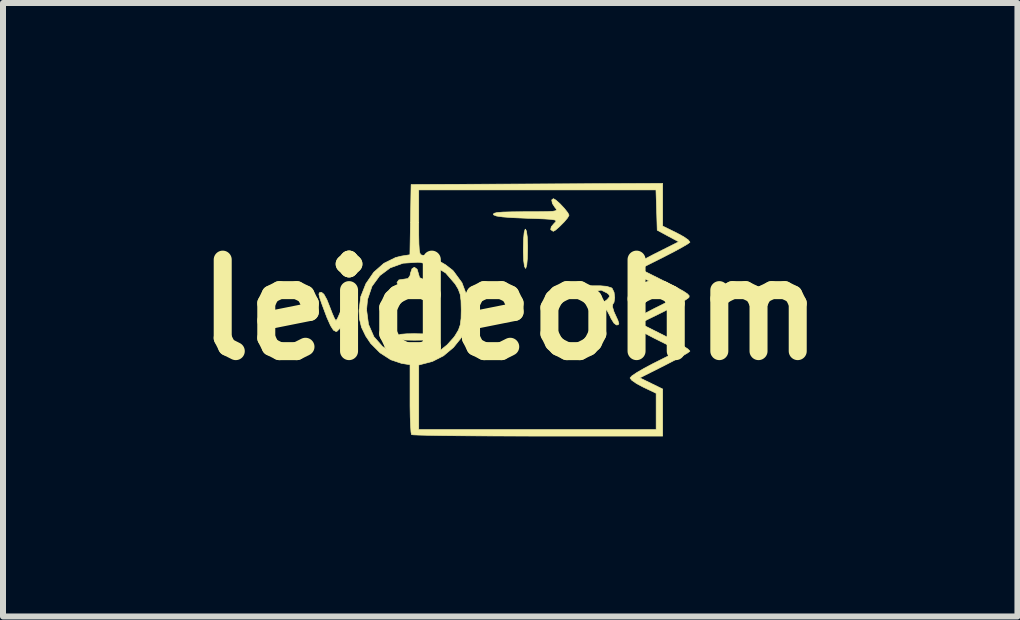
<source format=kicad_pcb>
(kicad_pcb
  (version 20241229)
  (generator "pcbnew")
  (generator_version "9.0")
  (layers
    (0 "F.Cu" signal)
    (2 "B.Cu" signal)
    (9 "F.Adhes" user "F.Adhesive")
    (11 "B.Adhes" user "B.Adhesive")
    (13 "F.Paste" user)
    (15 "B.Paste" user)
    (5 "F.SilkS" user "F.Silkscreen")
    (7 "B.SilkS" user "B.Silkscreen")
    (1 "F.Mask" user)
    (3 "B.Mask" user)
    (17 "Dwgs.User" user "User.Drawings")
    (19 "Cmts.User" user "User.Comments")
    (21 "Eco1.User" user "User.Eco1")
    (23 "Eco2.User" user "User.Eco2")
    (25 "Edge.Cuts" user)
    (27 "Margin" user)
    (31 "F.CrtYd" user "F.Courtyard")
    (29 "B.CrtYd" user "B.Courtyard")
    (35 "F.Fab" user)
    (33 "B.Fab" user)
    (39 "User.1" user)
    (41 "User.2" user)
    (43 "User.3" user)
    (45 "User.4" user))
  (footprint "leideohm"
    (layer "F.Cu")
    (at 5.45 2.11)
    (property "Reference" "leideohm" (at 0 0 0) (layer "F.SilkS") (effects (font (size 1.524 1.524) (thickness 0.3))))
    (attr through_hole)
    (fp_poly (pts (xy -1.448 0.402) (xy -1.358 0.411) (xy -1.316 0.429) (xy -1.306 0.454) (xy -1.32 0.481) (xy -1.37 0.498) (xy -1.468 0.506) (xy -1.597 0.508) (xy -1.746 0.505) (xy -1.835 0.496) (xy -1.878 0.478) (xy -1.887 0.454) (xy -1.873 0.426) (xy -1.824 0.409) (xy -1.725 0.401) (xy -1.597 0.399) (xy -1.448 0.402)) (stroke (width 0.01) (type solid)) (fill yes) (layer "F.SilkS"))
    (fp_poly (pts (xy 0.271 -1.308) (xy 0.284 -1.213) (xy 0.29 -1.07) (xy 0.29 -1.016) (xy 0.286 -0.86) (xy 0.276 -0.748) (xy 0.26 -0.693) (xy 0.254 -0.689) (xy 0.237 -0.724) (xy 0.224 -0.819) (xy 0.218 -0.962) (xy 0.218 -1.016) (xy 0.222 -1.172) (xy 0.232 -1.284) (xy 0.248 -1.339) (xy 0.254 -1.343) (xy 0.271 -1.308)) (stroke (width 0.01) (type solid)) (fill yes) (layer "F.SilkS"))
    (fp_poly (pts (xy -1.551 -0.675) (xy -1.531 -0.608) (xy -1.51 -0.535) (xy -1.454 -0.51) (xy -1.413 -0.508) (xy -1.328 -0.491) (xy -1.306 -0.454) (xy -1.339 -0.41) (xy -1.413 -0.399) (xy -1.492 -0.387) (xy -1.525 -0.338) (xy -1.531 -0.302) (xy -1.557 -0.219) (xy -1.603 -0.187) (xy -1.644 -0.205) (xy -1.664 -0.257) (xy -1.669 -0.314) (xy -1.682 -0.375) (xy -1.736 -0.397) (xy -1.778 -0.399) (xy -1.864 -0.415) (xy -1.887 -0.454) (xy -1.855 -0.497) (xy -1.78 -0.508) (xy -1.702 -0.52) (xy -1.669 -0.569) (xy -1.662 -0.608) (xy -1.636 -0.684) (xy -1.597 -0.708) (xy -1.551 -0.675)) (stroke (width 0.01) (type solid)) (fill yes) (layer "F.SilkS"))
    (fp_poly (pts (xy -2.633 -0.288) (xy -2.619 -0.271) (xy -2.623 -0.229) (xy -2.648 -0.149) (xy -2.696 -0.018) (xy -2.726 0.062) (xy -2.791 0.221) (xy -2.843 0.317) (xy -2.887 0.36) (xy -2.903 0.363) (xy -2.945 0.34) (xy -2.993 0.265) (xy -3.053 0.131) (xy -3.079 0.062) (xy -3.138 -0.096) (xy -3.173 -0.197) (xy -3.187 -0.256) (xy -3.181 -0.282) (xy -3.158 -0.29) (xy -3.143 -0.29) (xy -3.104 -0.258) (xy -3.055 -0.17) (xy -3.009 -0.054) (xy -2.964 0.063) (xy -2.927 0.147) (xy -2.903 0.181) (xy -2.903 0.181) (xy -2.88 0.15) (xy -2.843 0.067) (xy -2.799 -0.049) (xy -2.797 -0.054) (xy -2.745 -0.18) (xy -2.697 -0.263) (xy -2.663 -0.29) (xy -2.633 -0.288)) (stroke (width 0.01) (type solid)) (fill yes) (layer "F.SilkS"))
    (fp_poly (pts (xy 0.763 -1.825) (xy 0.831 -1.764) (xy 0.903 -1.687) (xy 0.959 -1.616) (xy 0.98 -1.575) (xy 0.956 -1.531) (xy 0.897 -1.461) (xy 0.823 -1.387) (xy 0.756 -1.328) (xy 0.717 -1.306) (xy 0.678 -1.332) (xy 0.674 -1.338) (xy 0.684 -1.382) (xy 0.731 -1.438) (xy 0.757 -1.464) (xy 0.764 -1.483) (xy 0.74 -1.496) (xy 0.677 -1.506) (xy 0.565 -1.513) (xy 0.396 -1.52) (xy 0.27 -1.524) (xy 0.039 -1.534) (xy -0.125 -1.546) (xy -0.228 -1.561) (xy -0.276 -1.58) (xy -0.281 -1.587) (xy -0.271 -1.606) (xy -0.22 -1.619) (xy -0.121 -1.627) (xy 0.035 -1.631) (xy 0.255 -1.633) (xy 0.257 -1.633) (xy 0.467 -1.633) (xy 0.614 -1.635) (xy 0.708 -1.64) (xy 0.757 -1.649) (xy 0.772 -1.664) (xy 0.762 -1.685) (xy 0.749 -1.699) (xy 0.702 -1.771) (xy 0.691 -1.829) (xy 0.719 -1.851) (xy 0.763 -1.825)) (stroke (width 0.01) (type solid)) (fill yes) (layer "F.SilkS"))
    (fp_poly (pts (xy 1.606 -0.39) (xy 1.684 -0.366) (xy 1.698 -0.356) (xy 1.73 -0.29) (xy 1.741 -0.201) (xy 1.729 -0.122) (xy 1.709 -0.093) (xy 1.703 -0.051) (xy 1.727 0.03) (xy 1.745 0.071) (xy 1.793 0.175) (xy 1.81 0.23) (xy 1.798 0.251) (xy 1.769 0.254) (xy 1.728 0.223) (xy 1.68 0.146) (xy 1.663 0.108) (xy 1.613 0.013) (xy 1.559 -0.029) (xy 1.509 -0.036) (xy 1.448 -0.029) (xy 1.422 0.007) (xy 1.415 0.093) (xy 1.415 0.109) (xy 1.407 0.2) (xy 1.387 0.25) (xy 1.379 0.254) (xy 1.361 0.22) (xy 1.349 0.125) (xy 1.343 -0.019) (xy 1.343 -0.073) (xy 1.343 -0.218) (xy 1.415 -0.218) (xy 1.427 -0.138) (xy 1.47 -0.11) (xy 1.485 -0.109) (xy 1.566 -0.133) (xy 1.616 -0.17) (xy 1.657 -0.22) (xy 1.642 -0.255) (xy 1.612 -0.279) (xy 1.515 -0.327) (xy 1.447 -0.313) (xy 1.416 -0.241) (xy 1.415 -0.218) (xy 1.343 -0.218) (xy 1.343 -0.399) (xy 1.499 -0.399) (xy 1.606 -0.39)) (stroke (width 0.01) (type solid)) (fill yes) (layer "F.SilkS"))
    (fp_poly (pts (xy 2.54 -1.394) (xy 2.778 -1.277) (xy 2.89 -1.216) (xy 2.967 -1.162) (xy 2.994 -1.126) (xy 2.993 -1.123) (xy 2.953 -1.094) (xy 2.861 -1.04) (xy 2.731 -0.969) (xy 2.576 -0.889) (xy 2.565 -0.883) (xy 2.16 -0.68) (xy 2.591 -0.464) (xy 2.766 -0.375) (xy 2.884 -0.31) (xy 2.953 -0.264) (xy 2.982 -0.232) (xy 2.978 -0.206) (xy 2.971 -0.199) (xy 2.92 -0.163) (xy 2.818 -0.105) (xy 2.681 -0.033) (xy 2.54 0.039) (xy 2.159 0.226) (xy 2.587 0.441) (xy 2.745 0.523) (xy 2.872 0.596) (xy 2.959 0.654) (xy 2.993 0.688) (xy 2.992 0.692) (xy 2.953 0.721) (xy 2.861 0.775) (xy 2.731 0.845) (xy 2.576 0.925) (xy 2.564 0.931) (xy 2.159 1.135) (xy 2.54 1.321) (xy 2.54 2.105) (xy 0.46 2.105) (xy 0.078 2.104) (xy -0.282 2.103) (xy -0.614 2.101) (xy -0.911 2.099) (xy -1.166 2.096) (xy -1.374 2.092) (xy -1.527 2.088) (xy -1.619 2.084) (xy -1.645 2.08) (xy -1.653 2.038) (xy -1.66 1.935) (xy -1.666 1.786) (xy -1.669 1.603) (xy -1.669 1.486) (xy -1.669 0.916) (xy -1.81 0.894) (xy -1.991 0.833) (xy -2.17 0.717) (xy -2.325 0.561) (xy -2.407 0.439) (xy -2.478 0.292) (xy -2.511 0.155) (xy -2.519 0.019) (xy -2.517 0) (xy -2.393 0) (xy -2.361 0.243) (xy -2.271 0.45) (xy -2.127 0.613) (xy -1.939 0.726) (xy -1.711 0.784) (xy -1.556 0.789) (xy -1.397 0.774) (xy -1.278 0.74) (xy -1.167 0.679) (xy -1.05 0.584) (xy -0.943 0.465) (xy -0.917 0.429) (xy -0.863 0.339) (xy -0.833 0.253) (xy -0.819 0.145) (xy -0.816 0) (xy -0.82 -0.152) (xy -0.834 -0.258) (xy -0.866 -0.344) (xy -0.917 -0.429) (xy -1.075 -0.612) (xy -1.268 -0.731) (xy -1.497 -0.788) (xy -1.539 -0.791) (xy -1.785 -0.775) (xy -1.999 -0.698) (xy -2.174 -0.567) (xy -2.303 -0.39) (xy -2.377 -0.172) (xy -2.393 0) (xy -2.517 0) (xy -2.491 -0.215) (xy -2.405 -0.433) (xy -2.274 -0.624) (xy -2.105 -0.773) (xy -1.909 -0.87) (xy -1.811 -0.894) (xy -1.671 -0.916) (xy -1.661 -1.501) (xy -1.653 -1.996) (xy -1.524 -1.996) (xy -1.524 -1.451) (xy -1.524 -1.242) (xy -1.521 -1.095) (xy -1.515 -0.999) (xy -1.505 -0.942) (xy -1.488 -0.916) (xy -1.464 -0.908) (xy -1.451 -0.907) (xy -1.346 -0.885) (xy -1.213 -0.828) (xy -1.076 -0.748) (xy -0.962 -0.66) (xy -0.946 -0.644) (xy -0.804 -0.45) (xy -0.718 -0.22) (xy -0.692 0.029) (xy -0.728 0.281) (xy -0.728 0.282) (xy -0.81 0.46) (xy -0.945 0.628) (xy -1.112 0.768) (xy -1.293 0.86) (xy -1.335 0.872) (xy -1.524 0.921) (xy -1.524 1.996) (xy 2.431 1.996) (xy 2.431 1.392) (xy 2.213 1.288) (xy 2.103 1.229) (xy 2.024 1.174) (xy 1.996 1.137) (xy 2.026 1.103) (xy 2.11 1.046) (xy 2.235 0.974) (xy 2.387 0.893) (xy 2.404 0.885) (xy 2.812 0.68) (xy 2.404 0.477) (xy 2.249 0.396) (xy 2.121 0.323) (xy 2.033 0.265) (xy 1.996 0.23) (xy 1.996 0.228) (xy 2.026 0.195) (xy 2.11 0.139) (xy 2.234 0.066) (xy 2.387 -0.014) (xy 2.401 -0.021) (xy 2.806 -0.224) (xy 2.627 -0.321) (xy 2.493 -0.39) (xy 2.334 -0.469) (xy 2.222 -0.524) (xy 2.109 -0.583) (xy 2.028 -0.638) (xy 1.996 -0.677) (xy 1.996 -0.678) (xy 2.026 -0.711) (xy 2.11 -0.768) (xy 2.235 -0.841) (xy 2.387 -0.921) (xy 2.401 -0.928) (xy 2.807 -1.132) (xy 2.628 -1.228) (xy 2.449 -1.325) (xy 2.439 -1.66) (xy 2.428 -1.996) (xy -1.524 -1.996) (xy -1.653 -1.996) (xy -1.651 -2.086) (xy 2.54 -2.105) (xy 2.54 -1.394)) (stroke (width 0.01) (type solid)) (fill yes) (layer "F.SilkS")))
  (gr_rect
    (start -3 -3)
    (end 13.9 7.22)
    (stroke (width 0.1) (type default))
    (fill no)
    (layer "Edge.Cuts")))
</source>
